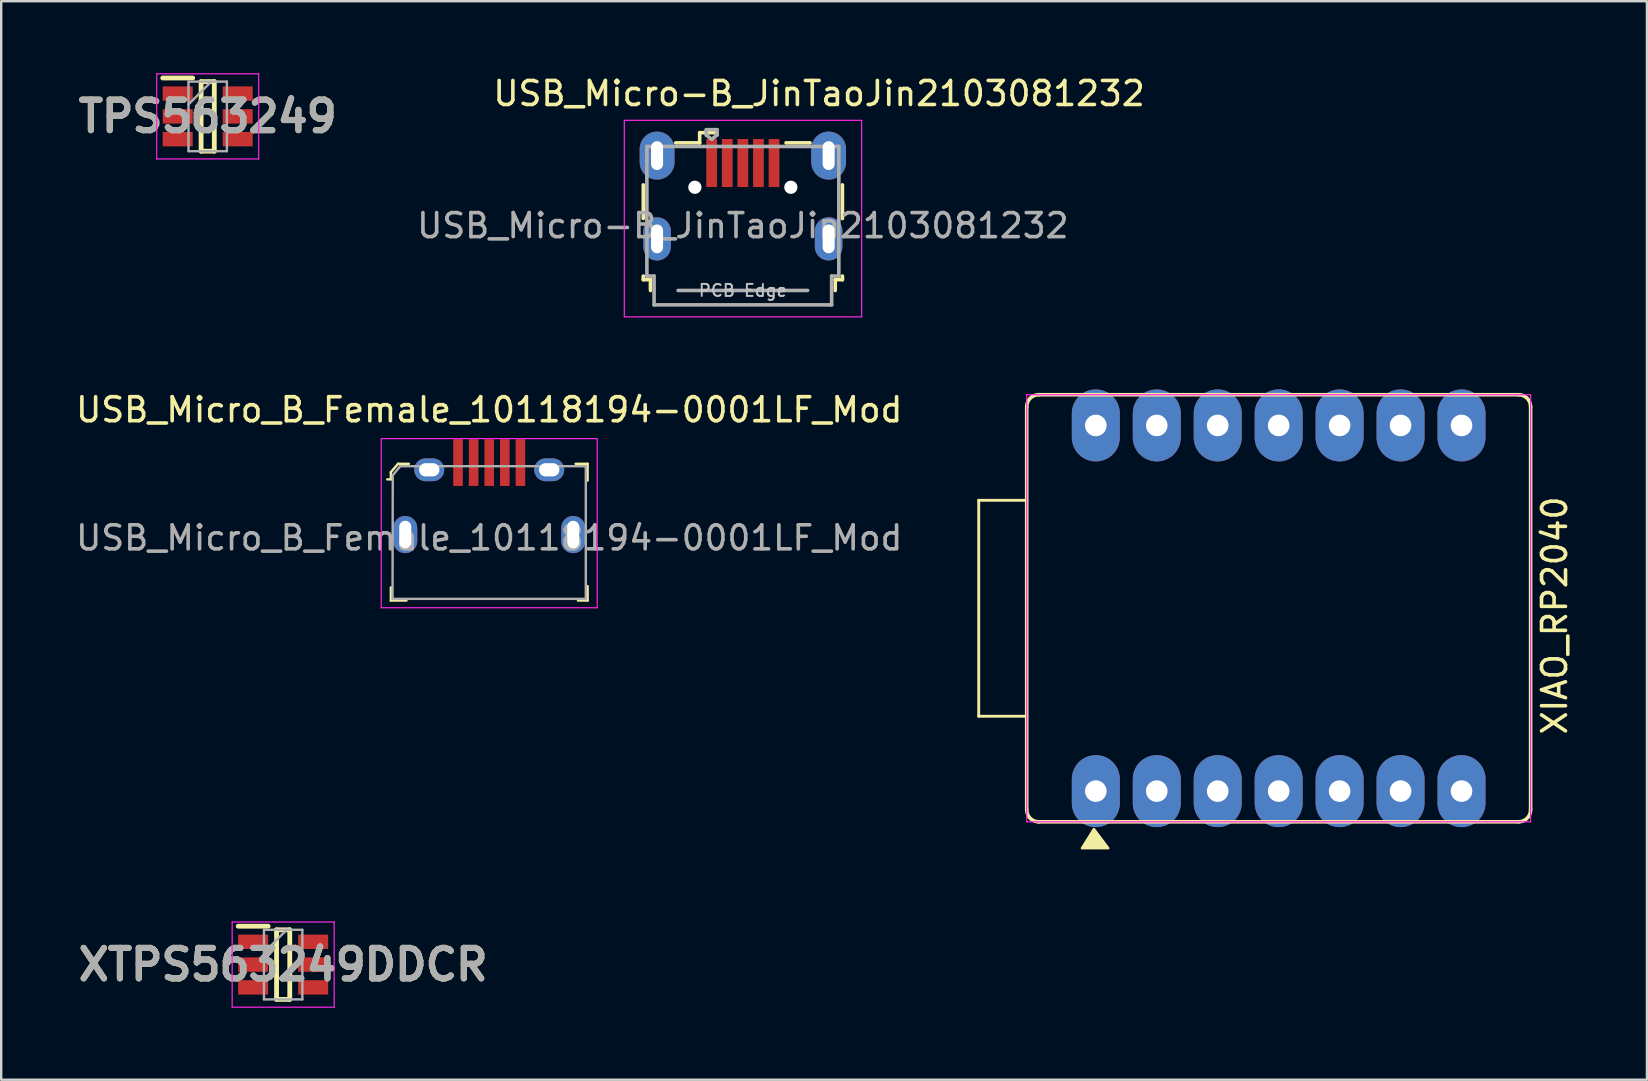
<source format=kicad_pcb>
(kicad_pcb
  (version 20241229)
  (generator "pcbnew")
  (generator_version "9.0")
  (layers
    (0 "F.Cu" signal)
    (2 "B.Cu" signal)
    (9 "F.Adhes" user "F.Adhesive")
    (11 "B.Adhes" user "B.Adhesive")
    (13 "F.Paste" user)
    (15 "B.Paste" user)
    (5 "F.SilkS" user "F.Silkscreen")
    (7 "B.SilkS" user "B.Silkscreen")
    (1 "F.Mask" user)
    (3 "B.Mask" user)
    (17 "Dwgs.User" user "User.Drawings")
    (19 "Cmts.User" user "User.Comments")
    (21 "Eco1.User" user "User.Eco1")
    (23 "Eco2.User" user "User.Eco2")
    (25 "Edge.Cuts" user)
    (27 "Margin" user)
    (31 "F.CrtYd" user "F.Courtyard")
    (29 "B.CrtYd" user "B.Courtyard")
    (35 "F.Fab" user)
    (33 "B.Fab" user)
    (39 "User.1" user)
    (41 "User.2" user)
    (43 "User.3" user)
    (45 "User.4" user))
  (footprint "XIAO_RP2040"
    (layer "F.Cu")
    (at 50.239 22.3)
    (property "Reference" "XIAO_RP2040" (at 11.5 0.3 90) (layer "F.SilkS") (effects (font (size 1 1) (thickness 0.15))))
    (attr through_hole)
    (fp_line (start -12.5 -4.5) (end -12.5 4.5) (stroke (width 0.12) (type solid)) (layer "F.SilkS"))
    (fp_line (start -12.5 -4.5) (end -10.5 -4.5) (stroke (width 0.12) (type solid)) (layer "F.SilkS"))
    (fp_line (start -10.5 -8.4) (end -10.5 8.4) (stroke (width 0.15) (type solid)) (layer "F.SilkS"))
    (fp_line (start -10.5 4.5) (end -12.5 4.5) (stroke (width 0.12) (type solid)) (layer "F.SilkS"))
    (fp_line (start -10 8.9) (end 10 8.9) (stroke (width 0.15) (type solid)) (layer "F.SilkS"))
    (fp_line (start 10 -8.9) (end -10 -8.9) (stroke (width 0.15) (type solid)) (layer "F.SilkS"))
    (fp_line (start 10.5 8.4) (end 10.5 -8.4) (stroke (width 0.15) (type solid)) (layer "F.SilkS"))
    (fp_arc (start -10.5 -8.4) (mid -10.353553 -8.753553) (end -10 -8.9) (stroke (width 0.15) (type solid)) (layer "F.SilkS"))
    (fp_arc (start -10 8.9) (mid -10.353553 8.753553) (end -10.5 8.4) (stroke (width 0.15) (type solid)) (layer "F.SilkS"))
    (fp_arc (start 10 -8.9) (mid 10.353553 -8.753553) (end 10.5 -8.4) (stroke (width 0.15) (type solid)) (layer "F.SilkS"))
    (fp_arc (start 10.5 8.4) (mid 10.353553 8.753553) (end 10 8.9) (stroke (width 0.15) (type solid)) (layer "F.SilkS"))
    (fp_poly (pts (xy -7.1 10) (xy -8.2 10) (xy -7.7 9.2)) (stroke (width 0.1) (type solid)) (fill yes) (layer "F.SilkS"))
    (fp_line (start -10.5 -8.9) (end 10.5 -8.9) (stroke (width 0.05) (type solid)) (layer "F.CrtYd"))
    (fp_line (start -10.5 8.9) (end -10.5 -8.9) (stroke (width 0.05) (type solid)) (layer "F.CrtYd"))
    (fp_line (start 10.5 -8.9) (end 10.5 8.9) (stroke (width 0.05) (type solid)) (layer "F.CrtYd"))
    (fp_line (start 10.5 8.9) (end -10.5 8.9) (stroke (width 0.05) (type solid)) (layer "F.CrtYd"))
    (pad "1" thru_hole oval (at -7.62 7.62) (size 2 3) (drill 0.9) (layers "*.Cu" "*.Mask"))
    (pad "2" thru_hole oval (at -5.08 7.62) (size 2 3) (drill 0.9) (layers "*.Cu" "*.Mask"))
    (pad "3" thru_hole oval (at -2.54 7.62) (size 2 3) (drill 0.9) (layers "*.Cu" "*.Mask"))
    (pad "4" thru_hole oval (at 0 7.62) (size 2 3) (drill 0.9) (layers "*.Cu" "*.Mask"))
    (pad "5" thru_hole oval (at 2.54 7.62) (size 2 3) (drill 0.9) (layers "*.Cu" "*.Mask"))
    (pad "6" thru_hole oval (at 5.08 7.62) (size 2 3) (drill 0.9) (layers "*.Cu" "*.Mask"))
    (pad "7" thru_hole oval (at 7.62 7.62) (size 2 3) (drill 0.9) (layers "*.Cu" "*.Mask"))
    (pad "8" thru_hole oval (at 7.62 -7.62) (size 2 3) (drill 0.9) (layers "*.Cu" "*.Mask"))
    (pad "9" thru_hole oval (at 5.08 -7.62) (size 2 3) (drill 0.9) (layers "*.Cu" "*.Mask"))
    (pad "10" thru_hole oval (at 2.54 -7.62) (size 2 3) (drill 0.9) (layers "*.Cu" "*.Mask"))
    (pad "11" thru_hole oval (at 0 -7.62) (size 2 3) (drill 0.9) (layers "*.Cu" "*.Mask"))
    (pad "12" thru_hole oval (at -2.54 -7.62) (size 2 3) (drill 0.9) (layers "*.Cu" "*.Mask"))
    (pad "13" thru_hole oval (at -5.08 -7.62) (size 2 3) (drill 0.9) (layers "*.Cu" "*.Mask"))
    (pad "14" thru_hole oval (at -7.62 -7.62) (size 2 3) (drill 0.9) (layers "*.Cu" "*.Mask")))
  (footprint "USB_Micro_B_Female_10118194-0001LF_Mod"
    (layer "F.Cu")
    (at 17.339 16.528)
    (property "Reference" "USB_Micro_B_Female_10118194-0001LF_Mod" (at 0 -2.5 0) (layer "F.SilkS") (effects (font (size 1 1) (thickness 0.15))))
    (attr through_hole)
    (fp_line (start -4.1 0.1) (end -4.1 0.4) (stroke (width 0.1) (type solid)) (layer "F.SilkS"))
    (fp_line (start -4.1 0.4) (end -4.25 0.4) (stroke (width 0.1) (type solid)) (layer "F.SilkS"))
    (fp_line (start -4.1 4.9) (end -4.1 5.45) (stroke (width 0.1) (type solid)) (layer "F.SilkS"))
    (fp_line (start -4.1 5.45) (end -3.45 5.45) (stroke (width 0.1) (type solid)) (layer "F.SilkS"))
    (fp_line (start -3.8 -0.25) (end -4.1 0.1) (stroke (width 0.1) (type solid)) (layer "F.SilkS"))
    (fp_line (start -3.35 -0.25) (end -3.8 -0.25) (stroke (width 0.1) (type solid)) (layer "F.SilkS"))
    (fp_line (start 3.6 -0.25) (end 4.1 -0.25) (stroke (width 0.1) (type solid)) (layer "F.SilkS"))
    (fp_line (start 4.1 -0.25) (end 4.1 0.45) (stroke (width 0.1) (type solid)) (layer "F.SilkS"))
    (fp_line (start 4.1 4.85) (end 4.1 5.45) (stroke (width 0.1) (type solid)) (layer "F.SilkS"))
    (fp_line (start 4.1 5.45) (end 3.7 5.45) (stroke (width 0.1) (type solid)) (layer "F.SilkS"))
    (fp_line (start -4.5 -1.3) (end 4.5 -1.3) (stroke (width 0.05) (type solid)) (layer "F.CrtYd"))
    (fp_line (start -4.5 5.75) (end -4.5 -1.3) (stroke (width 0.05) (type solid)) (layer "F.CrtYd"))
    (fp_line (start -4.5 5.75) (end 4.5 5.75) (stroke (width 0.05) (type solid)) (layer "F.CrtYd"))
    (fp_line (start 4.5 5.75) (end 4.5 -1.3) (stroke (width 0.05) (type solid)) (layer "F.CrtYd"))
    (fp_line (start -4.03 5.38) (end -4.02 0.23) (stroke (width 0.1) (type solid)) (layer "F.Fab"))
    (fp_line (start -4.025 5.38) (end 4.025 5.38) (stroke (width 0.1) (type solid)) (layer "F.Fab"))
    (fp_line (start -4.02 0.23) (end -3.71 -0.15) (stroke (width 0.1) (type solid)) (layer "F.Fab"))
    (fp_line (start 4.02 -0.15) (end -3.71 -0.15) (stroke (width 0.1) (type solid)) (layer "F.Fab"))
    (fp_line (start 4.025 5.38) (end 4.025 -0.15) (stroke (width 0.1) (type solid)) (layer "F.Fab"))
    (fp_text user "${REFERENCE}" (at 0 2.84 0) (layer "F.Fab") (effects (font (size 1 1) (thickness 0.15))))
    (pad "1" smd rect (at -1.3 -0.3) (size 0.4 1.95) (layers "F.Cu" "F.Mask" "F.Paste"))
    (pad "2" smd rect (at -0.65 -0.3) (size 0.4 1.95) (layers "F.Cu" "F.Mask" "F.Paste"))
    (pad "3" smd rect (at 0 -0.3) (size 0.4 1.95) (layers "F.Cu" "F.Mask" "F.Paste"))
    (pad "4" smd rect (at 0.65 -0.3) (size 0.4 1.95) (layers "F.Cu" "F.Mask" "F.Paste"))
    (pad "5" smd rect (at 1.3 -0.3) (size 0.4 1.95) (layers "F.Cu" "F.Mask" "F.Paste"))
    (pad "SH" thru_hole oval (at -3.5 2.7) (size 1 1.55) (drill oval 0.5 1.15) (layers "*.Cu" "*.Mask"))
    (pad "SH" thru_hole oval (at -2.5 0) (size 1.25 0.95) (drill oval 0.85 0.55) (layers "*.Cu" "*.Mask"))
    (pad "SH" thru_hole oval (at 2.5 0) (size 1.25 0.95) (drill oval 0.85 0.55) (layers "*.Cu" "*.Mask"))
    (pad "SH" thru_hole oval (at 3.5 2.7) (size 1 1.55) (drill oval 0.5 1.15) (layers "*.Cu" "*.Mask")))
  (footprint "XTPS563249DDCR"
    (layer "F.Cu")
    (at 8.751 37.15)
    (property "Reference" "XTPS563249DDCR" (at 0 0 0) (layer "F.SilkS") (effects (font (size 1.27 1.27) (thickness 0.254))))
    (attr smd)
    (fp_line (start -1.875 -1.6) (end -0.625 -1.6) (stroke (width 0.2) (type solid)) (layer "F.SilkS"))
    (fp_line (start -0.275 -1.45) (end 0.275 -1.45) (stroke (width 0.2) (type solid)) (layer "F.SilkS"))
    (fp_line (start -0.275 1.45) (end -0.275 -1.45) (stroke (width 0.2) (type solid)) (layer "F.SilkS"))
    (fp_line (start 0.275 -1.45) (end 0.275 1.45) (stroke (width 0.2) (type solid)) (layer "F.SilkS"))
    (fp_line (start 0.275 1.45) (end -0.275 1.45) (stroke (width 0.2) (type solid)) (layer "F.SilkS"))
    (fp_line (start -2.125 -1.775) (end 2.125 -1.775) (stroke (width 0.05) (type solid)) (layer "F.CrtYd"))
    (fp_line (start -2.125 1.775) (end -2.125 -1.775) (stroke (width 0.05) (type solid)) (layer "F.CrtYd"))
    (fp_line (start 2.125 -1.775) (end 2.125 1.775) (stroke (width 0.05) (type solid)) (layer "F.CrtYd"))
    (fp_line (start 2.125 1.775) (end -2.125 1.775) (stroke (width 0.05) (type solid)) (layer "F.CrtYd"))
    (fp_line (start -0.8 -1.45) (end 0.8 -1.45) (stroke (width 0.1) (type solid)) (layer "F.Fab"))
    (fp_line (start -0.8 -0.5) (end 0.15 -1.45) (stroke (width 0.1) (type solid)) (layer "F.Fab"))
    (fp_line (start -0.8 1.45) (end -0.8 -1.45) (stroke (width 0.1) (type solid)) (layer "F.Fab"))
    (fp_line (start 0.8 -1.45) (end 0.8 1.45) (stroke (width 0.1) (type solid)) (layer "F.Fab"))
    (fp_line (start 0.8 1.45) (end -0.8 1.45) (stroke (width 0.1) (type solid)) (layer "F.Fab"))
    (fp_text user "${REFERENCE}" (at 0 0 0) (layer "F.Fab") (effects (font (size 1.27 1.27) (thickness 0.254))))
    (pad "1" smd rect (at -1.25 -0.95 90) (size 0.6 1.25) (layers "F.Cu" "F.Mask" "F.Paste"))
    (pad "2" smd rect (at -1.25 0 90) (size 0.6 1.25) (layers "F.Cu" "F.Mask" "F.Paste"))
    (pad "3" smd rect (at -1.25 0.95 90) (size 0.6 1.25) (layers "F.Cu" "F.Mask" "F.Paste"))
    (pad "4" smd rect (at 1.25 0.95 90) (size 0.6 1.25) (layers "F.Cu" "F.Mask" "F.Paste"))
    (pad "5" smd rect (at 1.25 0 90) (size 0.6 1.25) (layers "F.Cu" "F.Mask" "F.Paste"))
    (pad "6" smd rect (at 1.25 -0.95 90) (size 0.6 1.25) (layers "F.Cu" "F.Mask" "F.Paste")))
  (footprint "USB_Micro-B_JinTaoJin2103081232"
    (layer "F.Cu")
    (at 27.909 5.305)
    (property "Reference" "USB_Micro-B_JinTaoJin2103081232" (at 3.177 -4.457 180) (layer "F.SilkS") (effects (font (size 1 1) (thickness 0.15))))
    (attr smd)
    (fp_line (start -4.15 -0.65) (end -4.15 0.75) (stroke (width 0.15) (type solid)) (layer "F.SilkS"))
    (fp_line (start -4.15 3.15) (end -4.15 3.3) (stroke (width 0.15) (type solid)) (layer "F.SilkS"))
    (fp_line (start -4.15 3.3) (end -3.85 3.3) (stroke (width 0.15) (type solid)) (layer "F.SilkS"))
    (fp_line (start -3.85 3.3) (end -3.85 3.75) (stroke (width 0.15) (type solid)) (layer "F.SilkS"))
    (fp_line (start -1.8 -2.825) (end -1.8 -2.4) (stroke (width 0.15) (type solid)) (layer "F.SilkS"))
    (fp_line (start -1.8 -2.4) (end -2.8 -2.4) (stroke (width 0.15) (type solid)) (layer "F.SilkS"))
    (fp_line (start -1.075 -2.825) (end -1.8 -2.825) (stroke (width 0.15) (type solid)) (layer "F.SilkS"))
    (fp_line (start 1.8 -2.4) (end 2.8 -2.4) (stroke (width 0.15) (type solid)) (layer "F.SilkS"))
    (fp_line (start 3.85 3.3) (end 4.15 3.3) (stroke (width 0.15) (type solid)) (layer "F.SilkS"))
    (fp_line (start 3.85 3.75) (end 3.85 3.3) (stroke (width 0.15) (type solid)) (layer "F.SilkS"))
    (fp_line (start 4.15 0.75) (end 4.15 -0.65) (stroke (width 0.15) (type solid)) (layer "F.SilkS"))
    (fp_line (start 4.15 3.3) (end 4.15 3.15) (stroke (width 0.15) (type solid)) (layer "F.SilkS"))
    (fp_line (start -4.94 -3.34) (end -4.94 4.85) (stroke (width 0.05) (type solid)) (layer "F.CrtYd"))
    (fp_line (start -4.94 4.85) (end 4.95 4.85) (stroke (width 0.05) (type solid)) (layer "F.CrtYd"))
    (fp_line (start 4.95 -3.34) (end -4.94 -3.34) (stroke (width 0.05) (type solid)) (layer "F.CrtYd"))
    (fp_line (start 4.95 4.85) (end 4.95 -3.34) (stroke (width 0.05) (type solid)) (layer "F.CrtYd"))
    (fp_line (start -4 -2.25) (end -4 3.15) (stroke (width 0.15) (type solid)) (layer "F.Fab"))
    (fp_line (start -4 3.15) (end -3.7 3.15) (stroke (width 0.15) (type solid)) (layer "F.Fab"))
    (fp_line (start -3.7 3.15) (end -3.7 4.35) (stroke (width 0.15) (type solid)) (layer "F.Fab"))
    (fp_line (start -3.7 4.35) (end 3.7 4.35) (stroke (width 0.15) (type solid)) (layer "F.Fab"))
    (fp_line (start -2.7 3.75) (end 2.7 3.75) (stroke (width 0.15) (type solid)) (layer "F.Fab"))
    (fp_line (start -1.525 -2.95) (end -1.075 -2.95) (stroke (width 0.15) (type solid)) (layer "F.Fab"))
    (fp_line (start -1.525 -2.725) (end -1.525 -2.95) (stroke (width 0.15) (type solid)) (layer "F.Fab"))
    (fp_line (start -1.3 -2.55) (end -1.525 -2.725) (stroke (width 0.15) (type solid)) (layer "F.Fab"))
    (fp_line (start -1.075 -2.95) (end -1.075 -2.725) (stroke (width 0.15) (type solid)) (layer "F.Fab"))
    (fp_line (start -1.075 -2.725) (end -1.3 -2.55) (stroke (width 0.15) (type solid)) (layer "F.Fab"))
    (fp_line (start 3.7 3.15) (end 4 3.15) (stroke (width 0.15) (type solid)) (layer "F.Fab"))
    (fp_line (start 3.7 4.35) (end 3.7 3.15) (stroke (width 0.15) (type solid)) (layer "F.Fab"))
    (fp_line (start 4 -2.25) (end -4 -2.25) (stroke (width 0.15) (type solid)) (layer "F.Fab"))
    (fp_line (start 4 3.15) (end 4 -2.25) (stroke (width 0.15) (type solid)) (layer "F.Fab"))
    (fp_text user "PCB Edge" (at 0 3.75 180) (layer "Dwgs.User") (effects (font (size 0.5 0.5) (thickness 0.08))))
    (fp_text user "${REFERENCE}" (at 0 1.05 180) (layer "F.Fab") (effects (font (size 1 1) (thickness 0.15))))
    (pad "" np_thru_hole oval (at -2 -0.55) (size 0.55 0.55) (drill 0.55) (layers "*.Cu" "*.Mask"))
    (pad "" np_thru_hole oval (at 2 -0.55) (size 0.55 0.55) (drill 0.55) (layers "*.Cu" "*.Mask"))
    (pad "1" smd rect (at -1.3 -1.56) (size 0.45 2) (layers "F.Cu" "F.Mask" "F.Paste"))
    (pad "2" smd rect (at -0.65 -1.56) (size 0.45 2) (layers "F.Cu" "F.Mask" "F.Paste"))
    (pad "3" smd rect (at 0 -1.56) (size 0.45 2) (layers "F.Cu" "F.Mask" "F.Paste"))
    (pad "4" smd rect (at 0.65 -1.56) (size 0.45 2) (layers "F.Cu" "F.Mask" "F.Paste"))
    (pad "5" smd rect (at 1.3 -1.56) (size 0.45 2) (layers "F.Cu" "F.Mask" "F.Paste"))
    (pad "6" thru_hole oval (at -3.575 -1.87) (size 1.45 2) (drill oval 0.5 1.2) (layers "*.Cu" "*.Mask"))
    (pad "6" thru_hole oval (at -3.575 1.6) (size 1.15 1.8) (drill oval 0.5 1.2) (layers "*.Cu" "*.Mask"))
    (pad "6" thru_hole oval (at 3.575 -1.87) (size 1.45 2) (drill oval 0.5 1.2) (layers "*.Cu" "*.Mask"))
    (pad "6" thru_hole oval (at 3.575 1.6) (size 1.15 1.8) (drill oval 0.5 1.2) (layers "*.Cu" "*.Mask")))
  (footprint "TPS563249"
    (layer "F.Cu")
    (at 5.606 1.8)
    (property "Reference" "TPS563249" (at 0 0 0) (layer "F.SilkS") (effects (font (size 1.27 1.27) (thickness 0.254))))
    (attr smd)
    (fp_line (start -1.875 -1.6) (end -0.625 -1.6) (stroke (width 0.2) (type solid)) (layer "F.SilkS"))
    (fp_line (start -0.275 -1.45) (end 0.275 -1.45) (stroke (width 0.2) (type solid)) (layer "F.SilkS"))
    (fp_line (start -0.275 1.45) (end -0.275 -1.45) (stroke (width 0.2) (type solid)) (layer "F.SilkS"))
    (fp_line (start 0.275 -1.45) (end 0.275 1.45) (stroke (width 0.2) (type solid)) (layer "F.SilkS"))
    (fp_line (start 0.275 1.45) (end -0.275 1.45) (stroke (width 0.2) (type solid)) (layer "F.SilkS"))
    (fp_line (start -2.125 -1.775) (end 2.125 -1.775) (stroke (width 0.05) (type solid)) (layer "F.CrtYd"))
    (fp_line (start -2.125 1.775) (end -2.125 -1.775) (stroke (width 0.05) (type solid)) (layer "F.CrtYd"))
    (fp_line (start 2.125 -1.775) (end 2.125 1.775) (stroke (width 0.05) (type solid)) (layer "F.CrtYd"))
    (fp_line (start 2.125 1.775) (end -2.125 1.775) (stroke (width 0.05) (type solid)) (layer "F.CrtYd"))
    (fp_line (start -0.8 -1.45) (end 0.8 -1.45) (stroke (width 0.1) (type solid)) (layer "F.Fab"))
    (fp_line (start -0.8 -0.5) (end 0.15 -1.45) (stroke (width 0.1) (type solid)) (layer "F.Fab"))
    (fp_line (start -0.8 1.45) (end -0.8 -1.45) (stroke (width 0.1) (type solid)) (layer "F.Fab"))
    (fp_line (start 0.8 -1.45) (end 0.8 1.45) (stroke (width 0.1) (type solid)) (layer "F.Fab"))
    (fp_line (start 0.8 1.45) (end -0.8 1.45) (stroke (width 0.1) (type solid)) (layer "F.Fab"))
    (fp_text user "${REFERENCE}" (at 0 0 0) (layer "F.Fab") (effects (font (size 1.27 1.27) (thickness 0.254))))
    (pad "1" smd rect (at -1.25 -0.95 90) (size 0.6 1.25) (layers "F.Cu" "F.Mask" "F.Paste"))
    (pad "2" smd rect (at -1.25 0 90) (size 0.6 1.25) (layers "F.Cu" "F.Mask" "F.Paste"))
    (pad "3" smd rect (at -1.25 0.95 90) (size 0.6 1.25) (layers "F.Cu" "F.Mask" "F.Paste"))
    (pad "4" smd rect (at 1.25 0.95 90) (size 0.6 1.25) (layers "F.Cu" "F.Mask" "F.Paste"))
    (pad "5" smd rect (at 1.25 0 90) (size 0.6 1.25) (layers "F.Cu" "F.Mask" "F.Paste"))
    (pad "6" smd rect (at 1.25 -0.95 90) (size 0.6 1.25) (layers "F.Cu" "F.Mask" "F.Paste")))
  (gr_rect
    (start -3 -3)
    (end 65.587 41.95)
    (stroke (width 0.1) (type default))
    (fill no)
    (layer "Edge.Cuts")))
</source>
